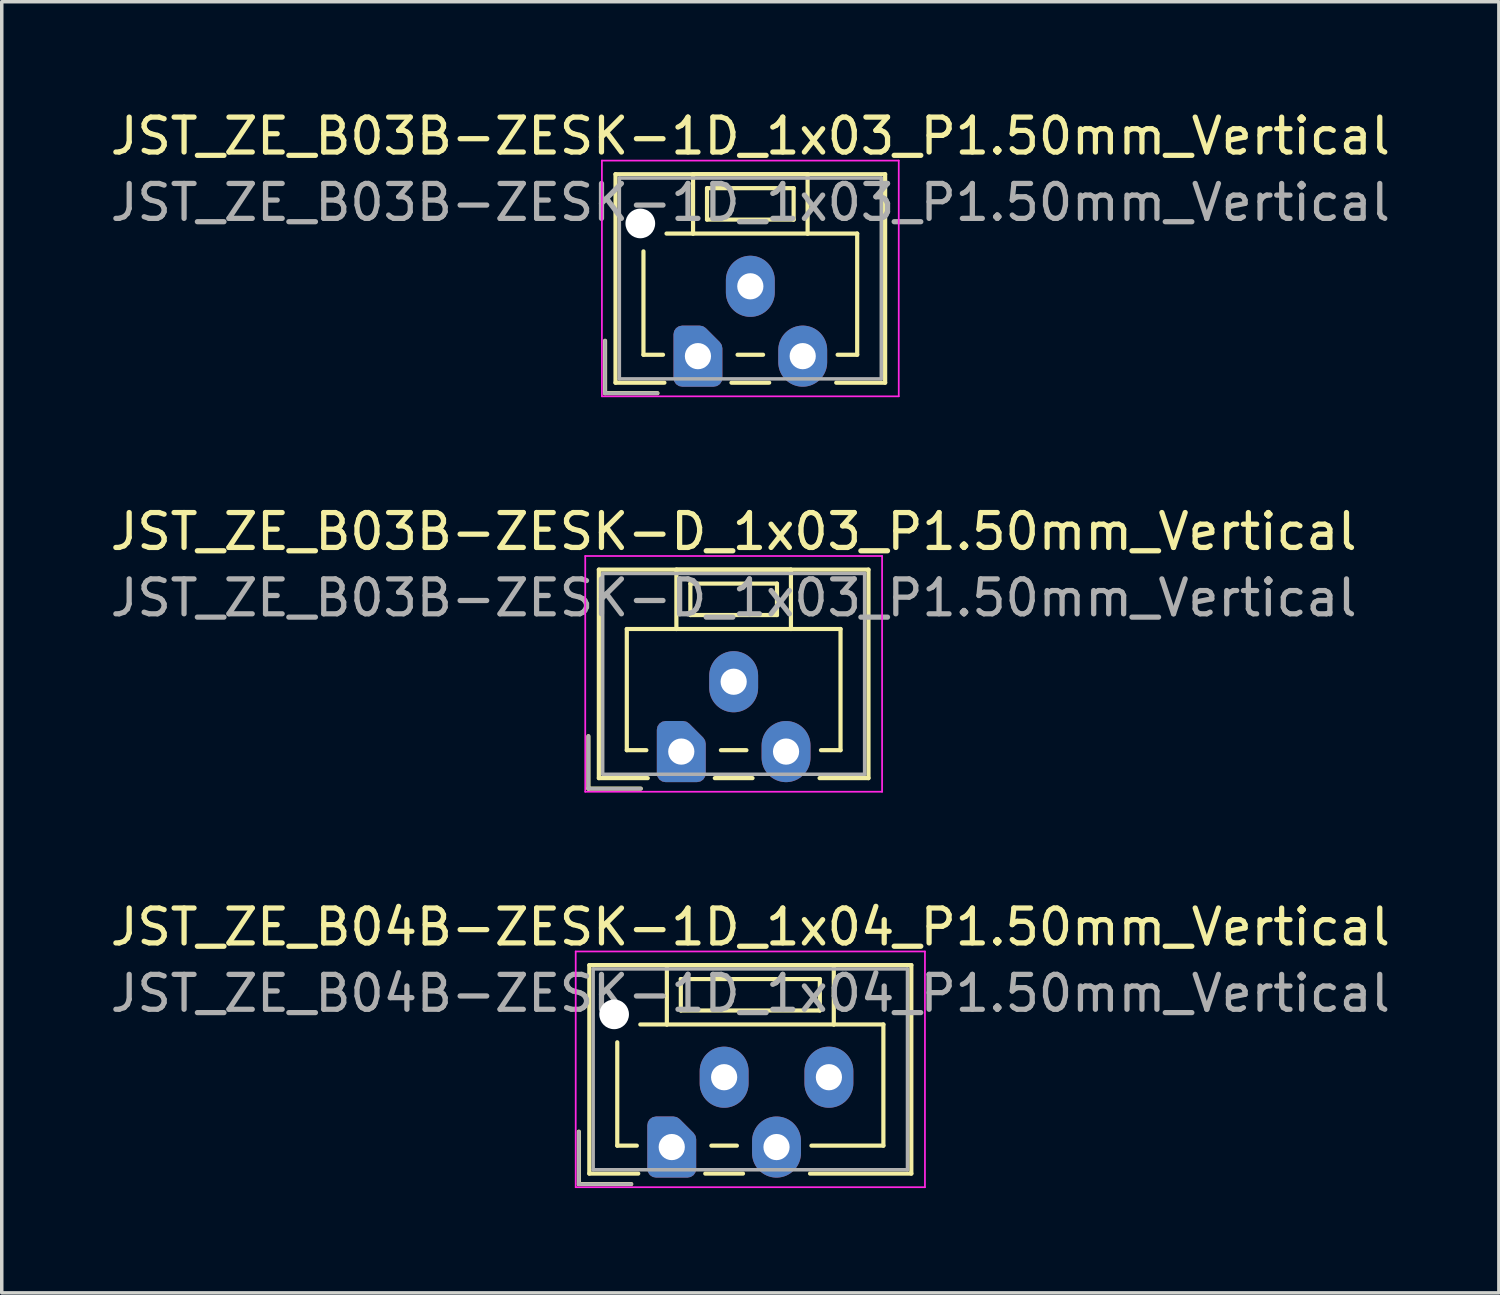
<source format=kicad_pcb>
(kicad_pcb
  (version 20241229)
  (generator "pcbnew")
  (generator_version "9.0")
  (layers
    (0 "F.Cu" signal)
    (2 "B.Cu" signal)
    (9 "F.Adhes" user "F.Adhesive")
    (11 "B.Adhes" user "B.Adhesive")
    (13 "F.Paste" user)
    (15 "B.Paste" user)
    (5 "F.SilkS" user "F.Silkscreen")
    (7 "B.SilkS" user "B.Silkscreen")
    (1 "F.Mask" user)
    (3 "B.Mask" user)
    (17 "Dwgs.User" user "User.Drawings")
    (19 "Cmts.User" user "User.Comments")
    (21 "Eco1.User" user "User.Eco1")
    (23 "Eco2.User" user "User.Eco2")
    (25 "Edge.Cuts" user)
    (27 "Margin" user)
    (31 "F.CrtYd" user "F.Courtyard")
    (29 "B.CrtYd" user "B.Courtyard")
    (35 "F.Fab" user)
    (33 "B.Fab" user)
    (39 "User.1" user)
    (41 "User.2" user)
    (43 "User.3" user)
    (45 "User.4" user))
  (footprint "JST_ZE_B03B-ZESK-1D_1x03_P1.50mm_Vertical"
    (layer "F.Cu")
    (at 16.935 7.148)
    (property "Reference" "JST_ZE_B03B-ZESK-1D_1x03_P1.50mm_Vertical" (at 1.5 -6.3 0) (layer "F.SilkS") (effects (font (size 1 1) (thickness 0.15))))
    (attr through_hole)
    (fp_line (start -2.66 -0.44) (end -2.66 1.06) (stroke (width 0.12) (type solid)) (layer "F.SilkS"))
    (fp_line (start -2.66 1.06) (end -1.16 1.06) (stroke (width 0.12) (type solid)) (layer "F.SilkS"))
    (fp_line (start -2.36 -5.21) (end 5.36 -5.21) (stroke (width 0.12) (type solid)) (layer "F.SilkS"))
    (fp_line (start -2.36 0.76) (end -2.36 -5.21) (stroke (width 0.12) (type solid)) (layer "F.SilkS"))
    (fp_line (start -1.56 -3) (end -1.56 -0.04) (stroke (width 0.12) (type solid)) (layer "F.SilkS"))
    (fp_line (start -1.56 -0.04) (end -1 -0.04) (stroke (width 0.12) (type solid)) (layer "F.SilkS"))
    (fp_line (start -0.96 0.76) (end -2.36 0.76) (stroke (width 0.12) (type solid)) (layer "F.SilkS"))
    (fp_line (start -0.14 -5.21) (end -0.14 -3.51) (stroke (width 0.12) (type solid)) (layer "F.SilkS"))
    (fp_line (start -0.14 -3.51) (end -0.9 -3.51) (stroke (width 0.12) (type solid)) (layer "F.SilkS"))
    (fp_line (start -0.14 -3.51) (end 3.14 -3.51) (stroke (width 0.12) (type solid)) (layer "F.SilkS"))
    (fp_line (start 0.26 -4.81) (end 0.26 -3.91) (stroke (width 0.12) (type solid)) (layer "F.SilkS"))
    (fp_line (start 0.26 -3.91) (end 2.74 -3.91) (stroke (width 0.12) (type solid)) (layer "F.SilkS"))
    (fp_line (start 0.96 0.76) (end 2.04 0.76) (stroke (width 0.12) (type solid)) (layer "F.SilkS"))
    (fp_line (start 1.135 -0.04) (end 1.865 -0.04) (stroke (width 0.12) (type solid)) (layer "F.SilkS"))
    (fp_line (start 2.74 -4.81) (end 0.26 -4.81) (stroke (width 0.12) (type solid)) (layer "F.SilkS"))
    (fp_line (start 2.74 -3.91) (end 2.74 -4.81) (stroke (width 0.12) (type solid)) (layer "F.SilkS"))
    (fp_line (start 3.14 -5.21) (end -0.14 -5.21) (stroke (width 0.12) (type solid)) (layer "F.SilkS"))
    (fp_line (start 3.14 -3.51) (end 3.14 -5.21) (stroke (width 0.12) (type solid)) (layer "F.SilkS"))
    (fp_line (start 3.14 -3.51) (end 4.56 -3.51) (stroke (width 0.12) (type solid)) (layer "F.SilkS"))
    (fp_line (start 4.56 -3.51) (end 4.56 -0.04) (stroke (width 0.12) (type solid)) (layer "F.SilkS"))
    (fp_line (start 4.56 -0.04) (end 4 -0.04) (stroke (width 0.12) (type solid)) (layer "F.SilkS"))
    (fp_line (start 5.36 -5.21) (end 5.36 0.76) (stroke (width 0.12) (type solid)) (layer "F.SilkS"))
    (fp_line (start 5.36 0.76) (end 3.96 0.76) (stroke (width 0.12) (type solid)) (layer "F.SilkS"))
    (fp_line (start -2.75 -5.6) (end -2.75 1.15) (stroke (width 0.05) (type solid)) (layer "F.CrtYd"))
    (fp_line (start -2.75 1.15) (end 5.75 1.15) (stroke (width 0.05) (type solid)) (layer "F.CrtYd"))
    (fp_line (start 5.75 -5.6) (end -2.75 -5.6) (stroke (width 0.05) (type solid)) (layer "F.CrtYd"))
    (fp_line (start 5.75 1.15) (end 5.75 -5.6) (stroke (width 0.05) (type solid)) (layer "F.CrtYd"))
    (fp_line (start -2.66 -0.44) (end -2.66 1.06) (stroke (width 0.1) (type solid)) (layer "F.Fab"))
    (fp_line (start -2.66 1.06) (end -1.16 1.06) (stroke (width 0.1) (type solid)) (layer "F.Fab"))
    (fp_line (start -2.25 -5.1) (end -2.25 0.65) (stroke (width 0.1) (type solid)) (layer "F.Fab"))
    (fp_line (start -2.25 0.65) (end 5.25 0.65) (stroke (width 0.1) (type solid)) (layer "F.Fab"))
    (fp_line (start 5.25 -5.1) (end -2.25 -5.1) (stroke (width 0.1) (type solid)) (layer "F.Fab"))
    (fp_line (start 5.25 0.65) (end 5.25 -5.1) (stroke (width 0.1) (type solid)) (layer "F.Fab"))
    (fp_text user "${REFERENCE}" (at 1.5 -4.4 0) (layer "F.Fab") (effects (font (size 1 1) (thickness 0.15))))
    (pad "" np_thru_hole circle (at -1.65 -3.8) (size 0.85 0.85) (drill 0.85) (layers "*.Cu" "*.Mask"))
    (pad "1" thru_hole custom (at 0 0) (size 1.117 1.117) (drill 0.75) (layers "*.Cu" "*.Mask") (options (anchor circle)) (primitives (gr_poly (pts (xy -0.45 -0.625) (xy 0.05 -0.625) (xy 0.45 -0.225) (xy 0.45 0.625) (xy -0.45 0.625)) (width 0.5) (fill yes))))
    (pad "2" thru_hole oval (at 1.5 -2) (size 1.4 1.75) (drill 0.75) (layers "*.Cu" "*.Mask"))
    (pad "3" thru_hole oval (at 3 0) (size 1.4 1.75) (drill 0.75) (layers "*.Cu" "*.Mask")))
  (footprint "JST_ZE_B03B-ZESK-D_1x03_P1.50mm_Vertical"
    (layer "F.Cu")
    (at 16.458 18.471)
    (property "Reference" "JST_ZE_B03B-ZESK-D_1x03_P1.50mm_Vertical" (at 1.5 -6.3 0) (layer "F.SilkS") (effects (font (size 1 1) (thickness 0.15))))
    (attr through_hole)
    (fp_line (start -2.66 -0.44) (end -2.66 1.06) (stroke (width 0.12) (type solid)) (layer "F.SilkS"))
    (fp_line (start -2.66 1.06) (end -1.16 1.06) (stroke (width 0.12) (type solid)) (layer "F.SilkS"))
    (fp_line (start -2.36 -5.21) (end 5.36 -5.21) (stroke (width 0.12) (type solid)) (layer "F.SilkS"))
    (fp_line (start -2.36 0.76) (end -2.36 -5.21) (stroke (width 0.12) (type solid)) (layer "F.SilkS"))
    (fp_line (start -1.56 -3.51) (end -1.56 -0.04) (stroke (width 0.12) (type solid)) (layer "F.SilkS"))
    (fp_line (start -1.56 -0.04) (end -1 -0.04) (stroke (width 0.12) (type solid)) (layer "F.SilkS"))
    (fp_line (start -0.96 0.76) (end -2.36 0.76) (stroke (width 0.12) (type solid)) (layer "F.SilkS"))
    (fp_line (start -0.14 -5.21) (end -0.14 -3.51) (stroke (width 0.12) (type solid)) (layer "F.SilkS"))
    (fp_line (start -0.14 -3.51) (end -1.56 -3.51) (stroke (width 0.12) (type solid)) (layer "F.SilkS"))
    (fp_line (start -0.14 -3.51) (end 3.14 -3.51) (stroke (width 0.12) (type solid)) (layer "F.SilkS"))
    (fp_line (start 0.26 -4.81) (end 0.26 -3.91) (stroke (width 0.12) (type solid)) (layer "F.SilkS"))
    (fp_line (start 0.26 -3.91) (end 2.74 -3.91) (stroke (width 0.12) (type solid)) (layer "F.SilkS"))
    (fp_line (start 0.96 0.76) (end 2.04 0.76) (stroke (width 0.12) (type solid)) (layer "F.SilkS"))
    (fp_line (start 1.135 -0.04) (end 1.865 -0.04) (stroke (width 0.12) (type solid)) (layer "F.SilkS"))
    (fp_line (start 2.74 -4.81) (end 0.26 -4.81) (stroke (width 0.12) (type solid)) (layer "F.SilkS"))
    (fp_line (start 2.74 -3.91) (end 2.74 -4.81) (stroke (width 0.12) (type solid)) (layer "F.SilkS"))
    (fp_line (start 3.14 -5.21) (end -0.14 -5.21) (stroke (width 0.12) (type solid)) (layer "F.SilkS"))
    (fp_line (start 3.14 -3.51) (end 3.14 -5.21) (stroke (width 0.12) (type solid)) (layer "F.SilkS"))
    (fp_line (start 3.14 -3.51) (end 4.56 -3.51) (stroke (width 0.12) (type solid)) (layer "F.SilkS"))
    (fp_line (start 4.56 -3.51) (end 4.56 -0.04) (stroke (width 0.12) (type solid)) (layer "F.SilkS"))
    (fp_line (start 4.56 -0.04) (end 4 -0.04) (stroke (width 0.12) (type solid)) (layer "F.SilkS"))
    (fp_line (start 5.36 -5.21) (end 5.36 0.76) (stroke (width 0.12) (type solid)) (layer "F.SilkS"))
    (fp_line (start 5.36 0.76) (end 3.96 0.76) (stroke (width 0.12) (type solid)) (layer "F.SilkS"))
    (fp_line (start -2.75 -5.6) (end -2.75 1.15) (stroke (width 0.05) (type solid)) (layer "F.CrtYd"))
    (fp_line (start -2.75 1.15) (end 5.75 1.15) (stroke (width 0.05) (type solid)) (layer "F.CrtYd"))
    (fp_line (start 5.75 -5.6) (end -2.75 -5.6) (stroke (width 0.05) (type solid)) (layer "F.CrtYd"))
    (fp_line (start 5.75 1.15) (end 5.75 -5.6) (stroke (width 0.05) (type solid)) (layer "F.CrtYd"))
    (fp_line (start -2.66 -0.44) (end -2.66 1.06) (stroke (width 0.1) (type solid)) (layer "F.Fab"))
    (fp_line (start -2.66 1.06) (end -1.16 1.06) (stroke (width 0.1) (type solid)) (layer "F.Fab"))
    (fp_line (start -2.25 -5.1) (end -2.25 0.65) (stroke (width 0.1) (type solid)) (layer "F.Fab"))
    (fp_line (start -2.25 0.65) (end 5.25 0.65) (stroke (width 0.1) (type solid)) (layer "F.Fab"))
    (fp_line (start 5.25 -5.1) (end -2.25 -5.1) (stroke (width 0.1) (type solid)) (layer "F.Fab"))
    (fp_line (start 5.25 0.65) (end 5.25 -5.1) (stroke (width 0.1) (type solid)) (layer "F.Fab"))
    (fp_text user "${REFERENCE}" (at 1.5 -4.4 0) (layer "F.Fab") (effects (font (size 1 1) (thickness 0.15))))
    (pad "1" thru_hole custom (at 0 0) (size 1.117 1.117) (drill 0.75) (layers "*.Cu" "*.Mask") (options (anchor circle)) (primitives (gr_poly (pts (xy -0.45 -0.625) (xy 0.05 -0.625) (xy 0.45 -0.225) (xy 0.45 0.625) (xy -0.45 0.625)) (width 0.5) (fill yes))))
    (pad "2" thru_hole oval (at 1.5 -2) (size 1.4 1.75) (drill 0.75) (layers "*.Cu" "*.Mask"))
    (pad "3" thru_hole oval (at 3 0) (size 1.4 1.75) (drill 0.75) (layers "*.Cu" "*.Mask")))
  (footprint "JST_ZE_B04B-ZESK-1D_1x04_P1.50mm_Vertical"
    (layer "F.Cu")
    (at 16.185 29.795)
    (property "Reference" "JST_ZE_B04B-ZESK-1D_1x04_P1.50mm_Vertical" (at 2.25 -6.3 0) (layer "F.SilkS") (effects (font (size 1 1) (thickness 0.15))))
    (attr through_hole)
    (fp_line (start -2.66 -0.44) (end -2.66 1.06) (stroke (width 0.12) (type solid)) (layer "F.SilkS"))
    (fp_line (start -2.66 1.06) (end -1.16 1.06) (stroke (width 0.12) (type solid)) (layer "F.SilkS"))
    (fp_line (start -2.36 -5.21) (end 6.86 -5.21) (stroke (width 0.12) (type solid)) (layer "F.SilkS"))
    (fp_line (start -2.36 0.76) (end -2.36 -5.21) (stroke (width 0.12) (type solid)) (layer "F.SilkS"))
    (fp_line (start -1.56 -3) (end -1.56 -0.04) (stroke (width 0.12) (type solid)) (layer "F.SilkS"))
    (fp_line (start -1.56 -0.04) (end -1 -0.04) (stroke (width 0.12) (type solid)) (layer "F.SilkS"))
    (fp_line (start -0.96 0.76) (end -2.36 0.76) (stroke (width 0.12) (type solid)) (layer "F.SilkS"))
    (fp_line (start -0.14 -5.21) (end -0.14 -3.51) (stroke (width 0.12) (type solid)) (layer "F.SilkS"))
    (fp_line (start -0.14 -3.51) (end -0.9 -3.51) (stroke (width 0.12) (type solid)) (layer "F.SilkS"))
    (fp_line (start -0.14 -3.51) (end 4.64 -3.51) (stroke (width 0.12) (type solid)) (layer "F.SilkS"))
    (fp_line (start 0.26 -4.81) (end 0.26 -3.91) (stroke (width 0.12) (type solid)) (layer "F.SilkS"))
    (fp_line (start 0.26 -3.91) (end 4.24 -3.91) (stroke (width 0.12) (type solid)) (layer "F.SilkS"))
    (fp_line (start 0.96 0.76) (end 2.04 0.76) (stroke (width 0.12) (type solid)) (layer "F.SilkS"))
    (fp_line (start 1.135 -0.04) (end 1.865 -0.04) (stroke (width 0.12) (type solid)) (layer "F.SilkS"))
    (fp_line (start 4.24 -4.81) (end 0.26 -4.81) (stroke (width 0.12) (type solid)) (layer "F.SilkS"))
    (fp_line (start 4.24 -3.91) (end 4.24 -4.81) (stroke (width 0.12) (type solid)) (layer "F.SilkS"))
    (fp_line (start 4.64 -5.21) (end -0.14 -5.21) (stroke (width 0.12) (type solid)) (layer "F.SilkS"))
    (fp_line (start 4.64 -3.51) (end 4.64 -5.21) (stroke (width 0.12) (type solid)) (layer "F.SilkS"))
    (fp_line (start 4.64 -3.51) (end 6.06 -3.51) (stroke (width 0.12) (type solid)) (layer "F.SilkS"))
    (fp_line (start 6.06 -3.51) (end 6.06 -0.04) (stroke (width 0.12) (type solid)) (layer "F.SilkS"))
    (fp_line (start 6.06 -0.04) (end 4 -0.04) (stroke (width 0.12) (type solid)) (layer "F.SilkS"))
    (fp_line (start 6.86 -5.21) (end 6.86 0.76) (stroke (width 0.12) (type solid)) (layer "F.SilkS"))
    (fp_line (start 6.86 0.76) (end 3.96 0.76) (stroke (width 0.12) (type solid)) (layer "F.SilkS"))
    (fp_line (start -2.75 -5.6) (end -2.75 1.15) (stroke (width 0.05) (type solid)) (layer "F.CrtYd"))
    (fp_line (start -2.75 1.15) (end 7.25 1.15) (stroke (width 0.05) (type solid)) (layer "F.CrtYd"))
    (fp_line (start 7.25 -5.6) (end -2.75 -5.6) (stroke (width 0.05) (type solid)) (layer "F.CrtYd"))
    (fp_line (start 7.25 1.15) (end 7.25 -5.6) (stroke (width 0.05) (type solid)) (layer "F.CrtYd"))
    (fp_line (start -2.66 -0.44) (end -2.66 1.06) (stroke (width 0.1) (type solid)) (layer "F.Fab"))
    (fp_line (start -2.66 1.06) (end -1.16 1.06) (stroke (width 0.1) (type solid)) (layer "F.Fab"))
    (fp_line (start -2.25 -5.1) (end -2.25 0.65) (stroke (width 0.1) (type solid)) (layer "F.Fab"))
    (fp_line (start -2.25 0.65) (end 6.75 0.65) (stroke (width 0.1) (type solid)) (layer "F.Fab"))
    (fp_line (start 6.75 -5.1) (end -2.25 -5.1) (stroke (width 0.1) (type solid)) (layer "F.Fab"))
    (fp_line (start 6.75 0.65) (end 6.75 -5.1) (stroke (width 0.1) (type solid)) (layer "F.Fab"))
    (fp_text user "${REFERENCE}" (at 2.25 -4.4 0) (layer "F.Fab") (effects (font (size 1 1) (thickness 0.15))))
    (pad "" np_thru_hole circle (at -1.65 -3.8) (size 0.85 0.85) (drill 0.85) (layers "*.Cu" "*.Mask"))
    (pad "1" thru_hole custom (at 0 0) (size 1.117 1.117) (drill 0.75) (layers "*.Cu" "*.Mask") (options (anchor circle)) (primitives (gr_poly (pts (xy -0.45 -0.625) (xy 0.05 -0.625) (xy 0.45 -0.225) (xy 0.45 0.625) (xy -0.45 0.625)) (width 0.5) (fill yes))))
    (pad "2" thru_hole oval (at 1.5 -2) (size 1.4 1.75) (drill 0.75) (layers "*.Cu" "*.Mask"))
    (pad "3" thru_hole oval (at 3 0) (size 1.4 1.75) (drill 0.75) (layers "*.Cu" "*.Mask"))
    (pad "4" thru_hole oval (at 4.5 -2) (size 1.4 1.75) (drill 0.75) (layers "*.Cu" "*.Mask")))
  (gr_rect
    (start -3 -3)
    (end 39.869 33.97)
    (stroke (width 0.1) (type default))
    (fill no)
    (layer "Edge.Cuts")))
</source>
